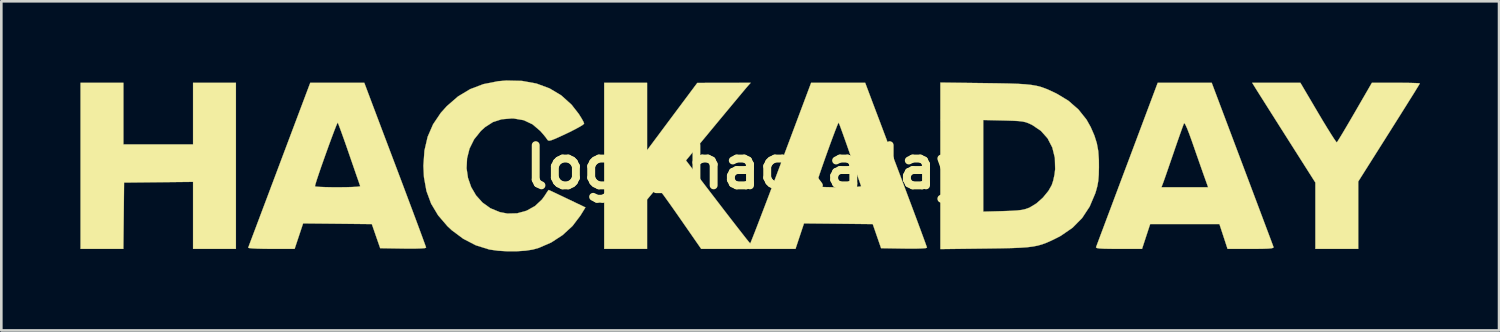
<source format=kicad_pcb>
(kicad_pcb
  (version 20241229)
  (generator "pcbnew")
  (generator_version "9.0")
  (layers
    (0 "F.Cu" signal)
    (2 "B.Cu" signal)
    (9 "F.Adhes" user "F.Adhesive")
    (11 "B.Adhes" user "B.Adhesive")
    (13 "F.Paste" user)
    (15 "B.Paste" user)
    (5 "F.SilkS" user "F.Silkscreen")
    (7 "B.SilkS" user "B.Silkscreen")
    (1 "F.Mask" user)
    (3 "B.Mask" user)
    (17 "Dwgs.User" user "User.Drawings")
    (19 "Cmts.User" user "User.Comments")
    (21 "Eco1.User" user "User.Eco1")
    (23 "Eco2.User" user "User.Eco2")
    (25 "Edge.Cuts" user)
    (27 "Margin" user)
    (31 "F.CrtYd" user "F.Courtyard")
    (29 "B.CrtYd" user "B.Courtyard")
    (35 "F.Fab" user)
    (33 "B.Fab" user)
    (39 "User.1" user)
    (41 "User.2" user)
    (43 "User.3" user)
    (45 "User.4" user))
  (footprint "logo_hackaday"
    (layer "F.Cu")
    (at 25.253 3.291)
    (property "Reference" "logo_hackaday" (at 0 0 0) (layer "F.SilkS") (effects (font (size 1.524 1.524) (thickness 0.3))))
    (attr through_hole)
    (fp_poly (pts (xy -23.622 -0.864) (xy -20.98 -0.864) (xy -20.98 -3.2) (xy -19.355 -3.2) (xy -19.355 3.099) (xy -20.98 3.099) (xy -20.98 0.557) (xy -23.597 0.584) (xy -23.61 1.841) (xy -23.624 3.099) (xy -25.248 3.099) (xy -25.248 -3.2) (xy -23.622 -3.2) (xy -23.622 -0.864)) (stroke (width 0.01) (type solid)) (fill yes) (layer "F.SilkS"))
    (fp_poly (pts (xy 21.695 -2.059) (xy 21.876 -1.754) (xy 22.042 -1.482) (xy 22.185 -1.253) (xy 22.297 -1.079) (xy 22.373 -0.971) (xy 22.403 -0.94) (xy 22.437 -0.988) (xy 22.515 -1.113) (xy 22.629 -1.301) (xy 22.772 -1.542) (xy 22.936 -1.822) (xy 23.087 -2.081) (xy 23.734 -3.2) (xy 24.643 -3.2) (xy 24.934 -3.199) (xy 25.187 -3.196) (xy 25.385 -3.19) (xy 25.512 -3.184) (xy 25.552 -3.177) (xy 25.526 -3.13) (xy 25.451 -3.007) (xy 25.333 -2.815) (xy 25.176 -2.565) (xy 24.988 -2.264) (xy 24.773 -1.922) (xy 24.537 -1.548) (xy 24.384 -1.305) (xy 23.216 0.543) (xy 23.216 3.099) (xy 21.59 3.099) (xy 21.59 1.841) (xy 21.59 0.584) (xy 20.509 -1.118) (xy 20.267 -1.499) (xy 20.038 -1.861) (xy 19.828 -2.192) (xy 19.645 -2.482) (xy 19.494 -2.72) (xy 19.384 -2.895) (xy 19.319 -2.998) (xy 19.312 -3.01) (xy 19.194 -3.2) (xy 21.022 -3.2) (xy 21.695 -2.059)) (stroke (width 0.01) (type solid)) (fill yes) (layer "F.SilkS"))
    (fp_poly (pts (xy 18.821 -0.114) (xy 19.022 0.42) (xy 19.213 0.927) (xy 19.39 1.398) (xy 19.551 1.826) (xy 19.692 2.202) (xy 19.811 2.518) (xy 19.904 2.766) (xy 19.968 2.938) (xy 20.001 3.026) (xy 20.004 3.035) (xy 19.99 3.059) (xy 19.921 3.077) (xy 19.787 3.089) (xy 19.578 3.096) (xy 19.281 3.099) (xy 19.142 3.099) (xy 18.259 3.099) (xy 17.951 2.159) (xy 15.323 2.159) (xy 15.015 3.099) (xy 14.132 3.099) (xy 13.799 3.097) (xy 13.558 3.092) (xy 13.396 3.082) (xy 13.304 3.067) (xy 13.27 3.045) (xy 13.27 3.035) (xy 13.292 2.978) (xy 13.346 2.833) (xy 13.429 2.61) (xy 13.54 2.316) (xy 13.673 1.959) (xy 13.828 1.548) (xy 13.999 1.091) (xy 14.123 0.762) (xy 15.751 0.762) (xy 17.522 0.762) (xy 17.354 0.292) (xy 17.276 0.071) (xy 17.176 -0.214) (xy 17.065 -0.531) (xy 16.954 -0.85) (xy 16.917 -0.957) (xy 16.813 -1.245) (xy 16.727 -1.466) (xy 16.661 -1.611) (xy 16.619 -1.671) (xy 16.609 -1.669) (xy 16.582 -1.602) (xy 16.528 -1.454) (xy 16.452 -1.24) (xy 16.359 -0.976) (xy 16.255 -0.675) (xy 16.216 -0.559) (xy 16.107 -0.243) (xy 16.007 0.047) (xy 15.921 0.296) (xy 15.854 0.487) (xy 15.812 0.603) (xy 15.805 0.622) (xy 15.751 0.762) (xy 14.123 0.762) (xy 14.185 0.595) (xy 14.383 0.069) (xy 14.452 -0.114) (xy 15.61 -3.2) (xy 17.658 -3.2) (xy 18.821 -0.114)) (stroke (width 0.01) (type solid)) (fill yes) (layer "F.SilkS"))
    (fp_poly (pts (xy 9.055 -3.188) (xy 9.557 -3.181) (xy 9.97 -3.173) (xy 10.308 -3.161) (xy 10.585 -3.144) (xy 10.815 -3.12) (xy 11.009 -3.087) (xy 11.183 -3.042) (xy 11.349 -2.984) (xy 11.52 -2.911) (xy 11.711 -2.821) (xy 11.781 -2.787) (xy 12.221 -2.521) (xy 12.602 -2.189) (xy 12.91 -1.803) (xy 13.07 -1.518) (xy 13.208 -1.2) (xy 13.3 -0.908) (xy 13.355 -0.609) (xy 13.378 -0.268) (xy 13.38 0) (xy 13.373 0.292) (xy 13.355 0.519) (xy 13.32 0.717) (xy 13.264 0.921) (xy 13.242 0.991) (xy 13.029 1.494) (xy 12.743 1.928) (xy 12.38 2.296) (xy 11.939 2.6) (xy 11.76 2.694) (xy 11.566 2.789) (xy 11.393 2.865) (xy 11.229 2.926) (xy 11.061 2.974) (xy 10.875 3.01) (xy 10.657 3.037) (xy 10.395 3.055) (xy 10.075 3.068) (xy 9.684 3.077) (xy 9.208 3.084) (xy 9.055 3.086) (xy 7.366 3.107) (xy 7.366 1.687) (xy 8.992 1.687) (xy 9.741 1.667) (xy 10.049 1.656) (xy 10.277 1.642) (xy 10.448 1.622) (xy 10.582 1.593) (xy 10.702 1.551) (xy 10.755 1.529) (xy 11.007 1.376) (xy 11.254 1.157) (xy 11.464 0.901) (xy 11.59 0.68) (xy 11.647 0.507) (xy 11.695 0.283) (xy 11.72 0.078) (xy 11.709 -0.353) (xy 11.612 -0.746) (xy 11.434 -1.091) (xy 11.179 -1.378) (xy 10.854 -1.598) (xy 10.831 -1.61) (xy 10.713 -1.665) (xy 10.605 -1.705) (xy 10.486 -1.731) (xy 10.335 -1.749) (xy 10.13 -1.76) (xy 9.85 -1.769) (xy 9.766 -1.771) (xy 8.992 -1.789) (xy 8.992 1.687) (xy 7.366 1.687) (xy 7.366 -3.209) (xy 9.055 -3.188)) (stroke (width 0.01) (type solid)) (fill yes) (layer "F.SilkS"))
    (fp_poly (pts (xy -14.385 -2.934) (xy -14.349 -2.838) (xy -14.281 -2.657) (xy -14.184 -2.399) (xy -14.061 -2.074) (xy -13.917 -1.692) (xy -13.754 -1.26) (xy -13.576 -0.79) (xy -13.387 -0.29) (xy -13.213 0.17) (xy -13.02 0.681) (xy -12.839 1.164) (xy -12.671 1.611) (xy -12.521 2.013) (xy -12.392 2.361) (xy -12.286 2.648) (xy -12.207 2.865) (xy -12.157 3.003) (xy -12.141 3.054) (xy -12.19 3.07) (xy -12.327 3.081) (xy -12.539 3.088) (xy -12.812 3.089) (xy -13.012 3.087) (xy -13.882 3.073) (xy -14.041 2.616) (xy -14.199 2.159) (xy -15.502 2.145) (xy -16.806 2.132) (xy -17.128 3.099) (xy -18.017 3.099) (xy -18.303 3.096) (xy -18.549 3.09) (xy -18.739 3.08) (xy -18.857 3.067) (xy -18.889 3.055) (xy -18.869 3) (xy -18.816 2.859) (xy -18.733 2.639) (xy -18.623 2.348) (xy -18.49 1.994) (xy -18.336 1.585) (xy -18.164 1.129) (xy -18.013 0.726) (xy -16.358 0.726) (xy -16.31 0.738) (xy -16.176 0.748) (xy -15.974 0.756) (xy -15.72 0.761) (xy -15.49 0.762) (xy -15.207 0.76) (xy -14.965 0.753) (xy -14.779 0.744) (xy -14.666 0.732) (xy -14.639 0.72) (xy -14.66 0.663) (xy -14.708 0.522) (xy -14.781 0.314) (xy -14.872 0.05) (xy -14.978 -0.256) (xy -15.057 -0.486) (xy -15.17 -0.812) (xy -15.274 -1.106) (xy -15.363 -1.354) (xy -15.433 -1.544) (xy -15.478 -1.66) (xy -15.492 -1.69) (xy -15.515 -1.653) (xy -15.565 -1.534) (xy -15.636 -1.35) (xy -15.724 -1.116) (xy -15.823 -0.848) (xy -15.927 -0.559) (xy -16.031 -0.267) (xy -16.13 0.014) (xy -16.217 0.269) (xy -16.288 0.482) (xy -16.336 0.638) (xy -16.357 0.721) (xy -16.358 0.726) (xy -18.013 0.726) (xy -17.978 0.634) (xy -17.78 0.108) (xy -17.704 -0.095) (xy -16.535 -3.2) (xy -14.485 -3.2) (xy -14.385 -2.934)) (stroke (width 0.01) (type solid)) (fill yes) (layer "F.SilkS"))
    (fp_poly (pts (xy -8.504 -3.272) (xy -7.955 -3.172) (xy -7.457 -2.988) (xy -7.012 -2.721) (xy -6.626 -2.373) (xy -6.353 -2.024) (xy -6.252 -1.864) (xy -6.178 -1.733) (xy -6.147 -1.656) (xy -6.147 -1.653) (xy -6.19 -1.61) (xy -6.31 -1.535) (xy -6.491 -1.437) (xy -6.714 -1.324) (xy -6.82 -1.274) (xy -7.083 -1.151) (xy -7.269 -1.069) (xy -7.393 -1.021) (xy -7.471 -1.005) (xy -7.516 -1.015) (xy -7.543 -1.046) (xy -7.544 -1.047) (xy -7.604 -1.132) (xy -7.709 -1.26) (xy -7.812 -1.376) (xy -8.102 -1.624) (xy -8.434 -1.781) (xy -8.812 -1.846) (xy -8.89 -1.849) (xy -9.275 -1.817) (xy -9.605 -1.711) (xy -9.904 -1.519) (xy -10.062 -1.376) (xy -10.32 -1.056) (xy -10.494 -0.705) (xy -10.587 -0.336) (xy -10.606 0.039) (xy -10.552 0.407) (xy -10.431 0.755) (xy -10.246 1.071) (xy -10.001 1.343) (xy -9.701 1.558) (xy -9.349 1.704) (xy -9.058 1.759) (xy -8.687 1.75) (xy -8.331 1.652) (xy -8.01 1.474) (xy -7.745 1.225) (xy -7.647 1.09) (xy -7.565 0.963) (xy -7.508 0.881) (xy -7.493 0.864) (xy -7.446 0.884) (xy -7.324 0.941) (xy -7.142 1.027) (xy -6.917 1.134) (xy -6.79 1.195) (xy -6.097 1.526) (xy -6.287 1.834) (xy -6.587 2.23) (xy -6.964 2.576) (xy -7.396 2.857) (xy -7.864 3.06) (xy -8.09 3.124) (xy -8.363 3.167) (xy -8.7 3.189) (xy -9.062 3.19) (xy -9.414 3.169) (xy -9.72 3.126) (xy -9.754 3.119) (xy -10.254 2.963) (xy -10.733 2.715) (xy -11.171 2.389) (xy -11.33 2.24) (xy -11.686 1.825) (xy -11.95 1.384) (xy -12.127 0.905) (xy -12.222 0.377) (xy -12.243 -0.051) (xy -12.203 -0.63) (xy -12.082 -1.152) (xy -11.876 -1.626) (xy -11.582 -2.062) (xy -11.354 -2.315) (xy -10.931 -2.682) (xy -10.471 -2.959) (xy -9.967 -3.15) (xy -9.408 -3.26) (xy -9.098 -3.286) (xy -8.504 -3.272)) (stroke (width 0.01) (type solid)) (fill yes) (layer "F.SilkS"))
    (fp_poly (pts (xy -3.759 -0.643) (xy -2.807 -1.92) (xy -1.854 -3.196) (xy -0.842 -3.198) (xy 0.17 -3.2) (xy 0.068 -3.086) (xy 0.012 -3.021) (xy -0.101 -2.887) (xy -0.261 -2.695) (xy -0.462 -2.454) (xy -0.694 -2.175) (xy -0.95 -1.867) (xy -1.16 -1.614) (xy -2.284 -0.256) (xy -1.079 1.317) (xy -0.812 1.665) (xy -0.564 1.986) (xy -0.342 2.272) (xy -0.153 2.514) (xy -0.004 2.704) (xy 0.099 2.832) (xy 0.149 2.89) (xy 0.152 2.893) (xy 0.174 2.847) (xy 0.228 2.714) (xy 0.312 2.501) (xy 0.422 2.217) (xy 0.555 1.87) (xy 0.709 1.468) (xy 0.88 1.018) (xy 0.99 0.726) (xy 2.642 0.726) (xy 2.69 0.738) (xy 2.823 0.748) (xy 3.025 0.756) (xy 3.279 0.761) (xy 3.509 0.762) (xy 3.792 0.76) (xy 4.034 0.753) (xy 4.22 0.744) (xy 4.333 0.732) (xy 4.36 0.72) (xy 4.34 0.663) (xy 4.291 0.522) (xy 4.218 0.314) (xy 4.127 0.05) (xy 4.022 -0.256) (xy 3.942 -0.486) (xy 3.829 -0.812) (xy 3.725 -1.106) (xy 3.636 -1.354) (xy 3.567 -1.544) (xy 3.521 -1.66) (xy 3.507 -1.69) (xy 3.484 -1.653) (xy 3.435 -1.534) (xy 3.363 -1.35) (xy 3.275 -1.116) (xy 3.176 -0.848) (xy 3.072 -0.559) (xy 2.968 -0.267) (xy 2.87 0.014) (xy 2.782 0.269) (xy 2.712 0.482) (xy 2.663 0.638) (xy 2.642 0.721) (xy 2.642 0.726) (xy 0.99 0.726) (xy 1.065 0.528) (xy 1.261 0.007) (xy 1.321 -0.153) (xy 2.464 -3.2) (xy 4.514 -3.2) (xy 4.614 -2.934) (xy 4.65 -2.838) (xy 4.718 -2.657) (xy 4.815 -2.399) (xy 4.938 -2.074) (xy 5.083 -1.692) (xy 5.245 -1.26) (xy 5.423 -0.79) (xy 5.612 -0.29) (xy 5.786 0.17) (xy 5.979 0.681) (xy 6.16 1.164) (xy 6.328 1.611) (xy 6.478 2.013) (xy 6.607 2.361) (xy 6.713 2.648) (xy 6.792 2.865) (xy 6.842 3.003) (xy 6.858 3.054) (xy 6.809 3.07) (xy 6.673 3.081) (xy 6.461 3.088) (xy 6.187 3.089) (xy 5.987 3.087) (xy 5.117 3.073) (xy 4.959 2.616) (xy 4.801 2.159) (xy 3.497 2.145) (xy 2.193 2.132) (xy 1.871 3.099) (xy -1.706 3.099) (xy -2.517 1.931) (xy -2.728 1.629) (xy -2.921 1.356) (xy -3.088 1.124) (xy -3.222 0.943) (xy -3.314 0.824) (xy -3.358 0.776) (xy -3.36 0.775) (xy -3.408 0.818) (xy -3.497 0.916) (xy -3.576 1.008) (xy -3.759 1.229) (xy -3.759 3.099) (xy -5.385 3.099) (xy -5.385 -3.2) (xy -3.759 -3.2) (xy -3.759 -0.643)) (stroke (width 0.01) (type solid)) (fill yes) (layer "F.SilkS")))
  (gr_rect
    (start -3 -3)
    (end 53.81 9.485)
    (stroke (width 0.1) (type default))
    (fill no)
    (layer "Edge.Cuts")))
</source>
